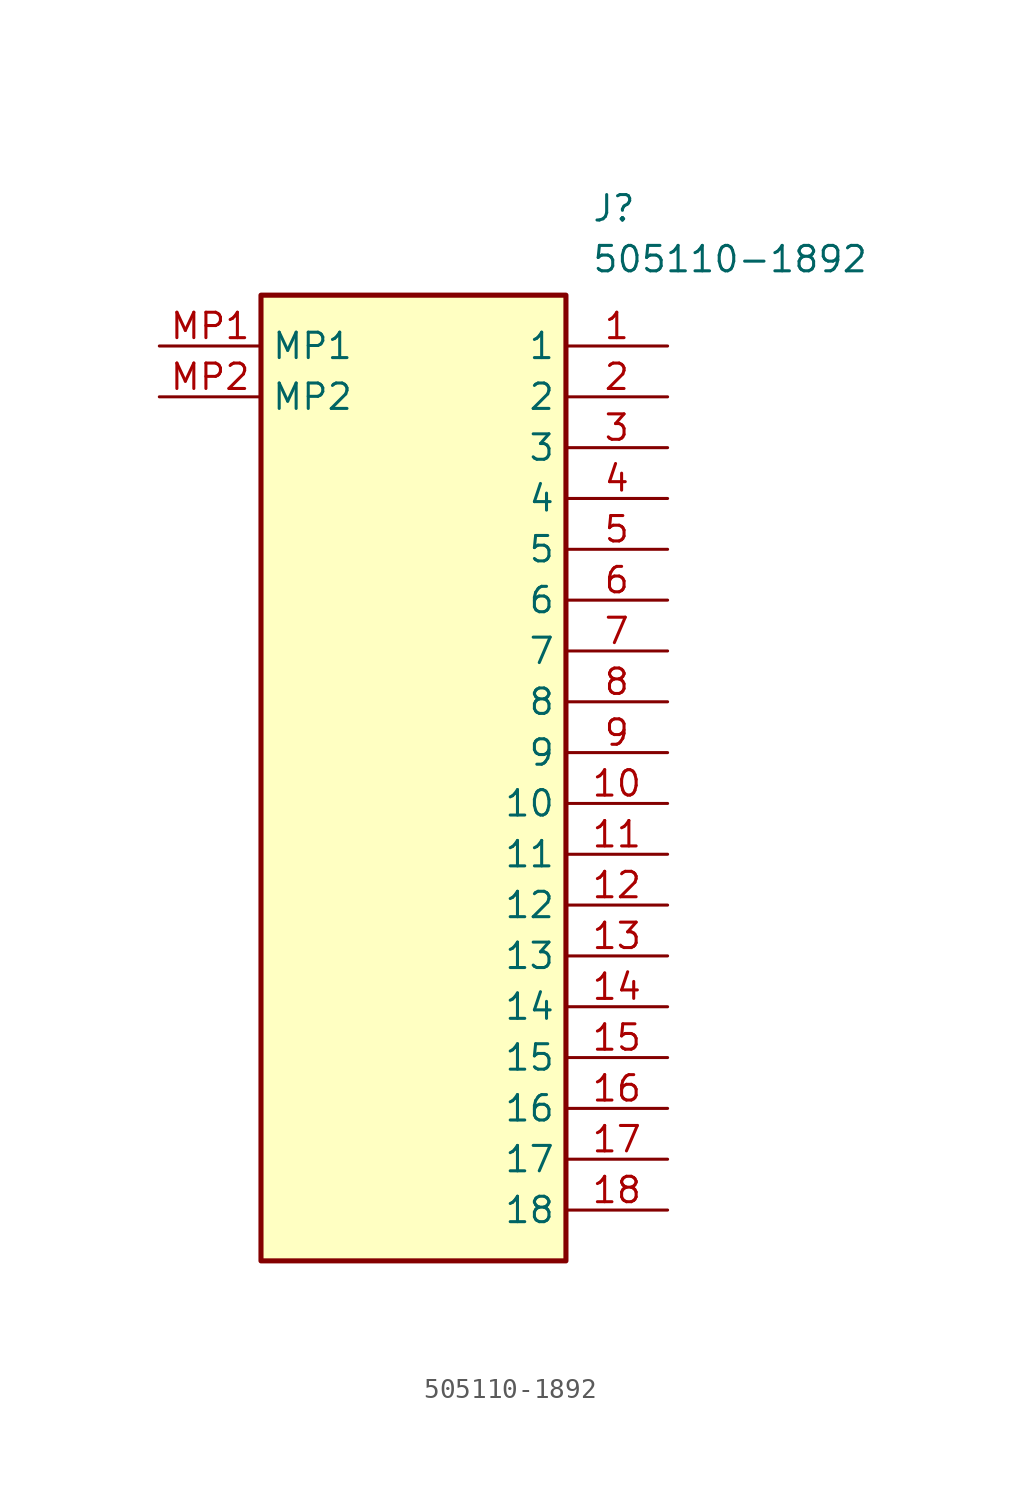
<source format=kicad_sym>
(kicad_symbol_lib
  (version 20211014)
  (generator SamacSys_ECAD_Model)
  (symbol "505110-1892"
    (property "Reference" "J"
      (at 21.59 7.62 0)
      (effects (font (size 1.27 1.27)) (justify left top)))
    (property "Value" "505110-1892"
      (at 21.59 5.08 0)
      (effects (font (size 1.27 1.27)) (justify left top)))
    (rectangle
      (start 5.08 2.54)
      (end 20.32 -45.72)
      (stroke (width 0.254) (type default))
      (fill (type background)))
    (pin passive line
      (at 25.4 0 180)
      (length 5.08)
      (name "1" (effects (font (size 1.27 1.27))))
      (number "1" (effects (font (size 1.27 1.27)))))
    (pin passive line
      (at 25.4 -2.54 180)
      (length 5.08)
      (name "2" (effects (font (size 1.27 1.27))))
      (number "2" (effects (font (size 1.27 1.27)))))
    (pin passive line
      (at 25.4 -5.08 180)
      (length 5.08)
      (name "3" (effects (font (size 1.27 1.27))))
      (number "3" (effects (font (size 1.27 1.27)))))
    (pin passive line
      (at 25.4 -7.62 180)
      (length 5.08)
      (name "4" (effects (font (size 1.27 1.27))))
      (number "4" (effects (font (size 1.27 1.27)))))
    (pin passive line
      (at 25.4 -10.16 180)
      (length 5.08)
      (name "5" (effects (font (size 1.27 1.27))))
      (number "5" (effects (font (size 1.27 1.27)))))
    (pin passive line
      (at 25.4 -12.7 180)
      (length 5.08)
      (name "6" (effects (font (size 1.27 1.27))))
      (number "6" (effects (font (size 1.27 1.27)))))
    (pin passive line
      (at 25.4 -15.24 180)
      (length 5.08)
      (name "7" (effects (font (size 1.27 1.27))))
      (number "7" (effects (font (size 1.27 1.27)))))
    (pin passive line
      (at 25.4 -17.78 180)
      (length 5.08)
      (name "8" (effects (font (size 1.27 1.27))))
      (number "8" (effects (font (size 1.27 1.27)))))
    (pin passive line
      (at 25.4 -20.32 180)
      (length 5.08)
      (name "9" (effects (font (size 1.27 1.27))))
      (number "9" (effects (font (size 1.27 1.27)))))
    (pin passive line
      (at 25.4 -22.86 180)
      (length 5.08)
      (name "10" (effects (font (size 1.27 1.27))))
      (number "10" (effects (font (size 1.27 1.27)))))
    (pin passive line
      (at 25.4 -25.4 180)
      (length 5.08)
      (name "11" (effects (font (size 1.27 1.27))))
      (number "11" (effects (font (size 1.27 1.27)))))
    (pin passive line
      (at 25.4 -27.94 180)
      (length 5.08)
      (name "12" (effects (font (size 1.27 1.27))))
      (number "12" (effects (font (size 1.27 1.27)))))
    (pin passive line
      (at 25.4 -30.48 180)
      (length 5.08)
      (name "13" (effects (font (size 1.27 1.27))))
      (number "13" (effects (font (size 1.27 1.27)))))
    (pin passive line
      (at 25.4 -33.02 180)
      (length 5.08)
      (name "14" (effects (font (size 1.27 1.27))))
      (number "14" (effects (font (size 1.27 1.27)))))
    (pin passive line
      (at 25.4 -35.56 180)
      (length 5.08)
      (name "15" (effects (font (size 1.27 1.27))))
      (number "15" (effects (font (size 1.27 1.27)))))
    (pin passive line
      (at 25.4 -38.1 180)
      (length 5.08)
      (name "16" (effects (font (size 1.27 1.27))))
      (number "16" (effects (font (size 1.27 1.27)))))
    (pin passive line
      (at 25.4 -40.64 180)
      (length 5.08)
      (name "17" (effects (font (size 1.27 1.27))))
      (number "17" (effects (font (size 1.27 1.27)))))
    (pin passive line
      (at 25.4 -43.18 180)
      (length 5.08)
      (name "18" (effects (font (size 1.27 1.27))))
      (number "18" (effects (font (size 1.27 1.27)))))
    (pin passive line
      (at 0 0 0)
      (length 5.08)
      (name "MP1" (effects (font (size 1.27 1.27))))
      (number "MP1" (effects (font (size 1.27 1.27)))))
    (pin passive line
      (at 0 -2.54 0)
      (length 5.08)
      (name "MP2" (effects (font (size 1.27 1.27))))
      (number "MP2" (effects (font (size 1.27 1.27)))))))
</source>
